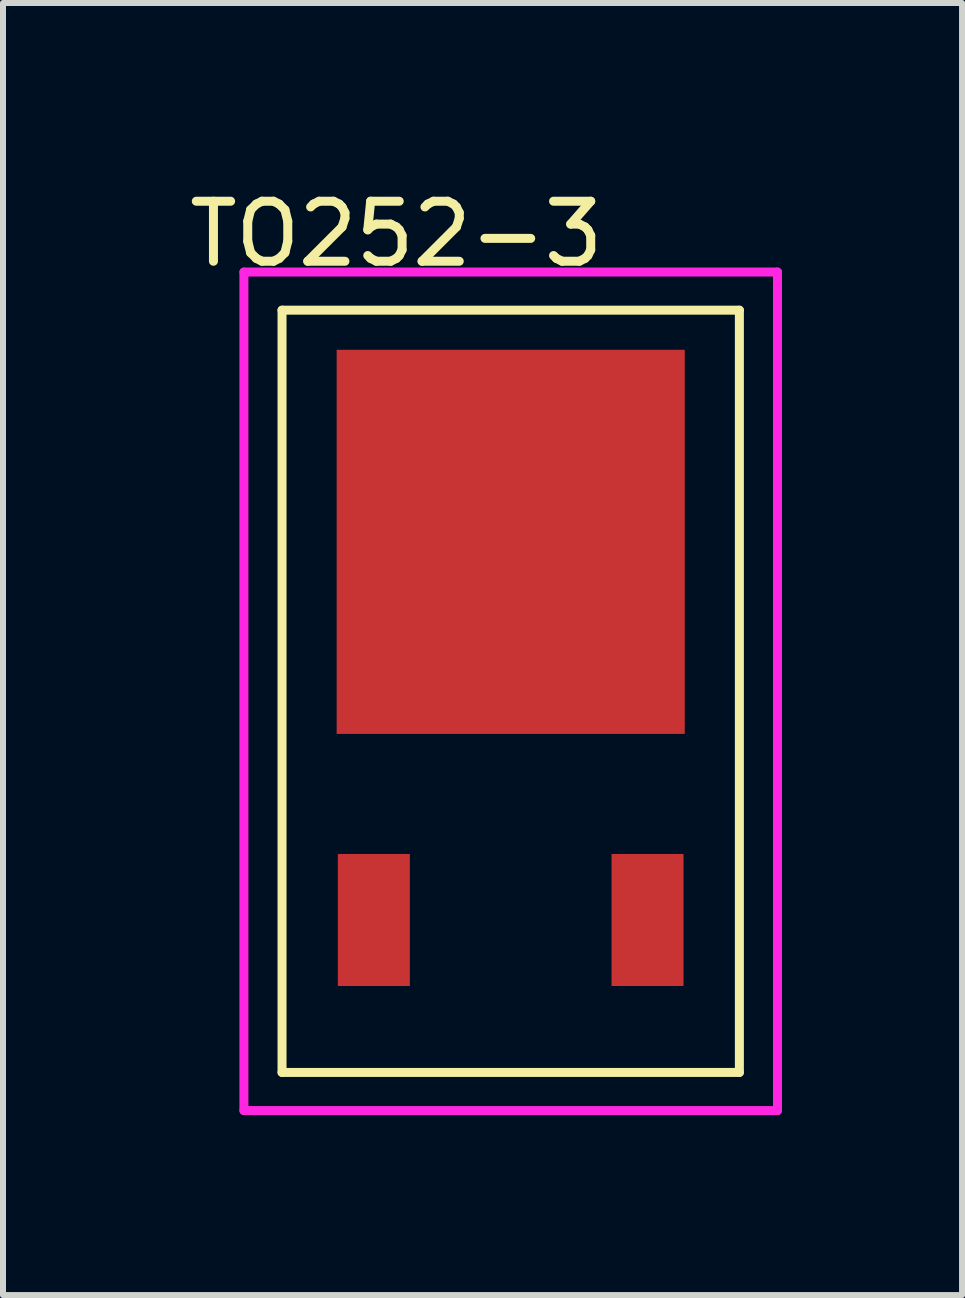
<source format=kicad_pcb>
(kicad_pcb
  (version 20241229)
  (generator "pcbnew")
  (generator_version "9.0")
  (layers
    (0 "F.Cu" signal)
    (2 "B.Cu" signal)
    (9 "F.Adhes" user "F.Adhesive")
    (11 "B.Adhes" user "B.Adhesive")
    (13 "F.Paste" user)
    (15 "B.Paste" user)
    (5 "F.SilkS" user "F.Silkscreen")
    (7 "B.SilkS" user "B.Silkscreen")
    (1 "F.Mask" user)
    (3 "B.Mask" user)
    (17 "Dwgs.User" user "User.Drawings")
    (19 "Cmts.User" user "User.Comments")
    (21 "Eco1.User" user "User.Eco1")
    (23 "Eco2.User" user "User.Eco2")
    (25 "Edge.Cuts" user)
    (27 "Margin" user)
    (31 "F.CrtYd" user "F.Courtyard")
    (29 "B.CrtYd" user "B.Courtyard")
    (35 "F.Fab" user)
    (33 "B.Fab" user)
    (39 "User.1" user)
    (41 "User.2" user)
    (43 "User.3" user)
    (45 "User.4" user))
  (footprint "TO252-3"
    (layer "F.Cu")
    (at 5.459 12.278)
    (property "Reference" "TO252-3" (at -1.905 -11.43 0) (layer "F.SilkS") (effects (font (size 1 1) (thickness 0.15))))
    (attr through_hole)
    (fp_line (start -3.81 -10.16) (end -3.81 2.54) (stroke (width 0.15) (type solid)) (layer "F.SilkS"))
    (fp_line (start -3.81 2.54) (end 3.81 2.54) (stroke (width 0.15) (type solid)) (layer "F.SilkS"))
    (fp_line (start 3.81 -10.16) (end -3.81 -10.16) (stroke (width 0.15) (type solid)) (layer "F.SilkS"))
    (fp_line (start 3.81 2.54) (end 3.81 -10.16) (stroke (width 0.15) (type solid)) (layer "F.SilkS"))
    (fp_line (start -4.445 -10.795) (end -4.445 3.175) (stroke (width 0.15) (type solid)) (layer "F.CrtYd"))
    (fp_line (start -4.445 3.175) (end 4.445 3.175) (stroke (width 0.15) (type solid)) (layer "F.CrtYd"))
    (fp_line (start 4.445 -10.795) (end -4.445 -10.795) (stroke (width 0.15) (type solid)) (layer "F.CrtYd"))
    (fp_line (start 4.445 3.175) (end 4.445 -10.795) (stroke (width 0.15) (type solid)) (layer "F.CrtYd"))
    (pad "" smd rect (at 0 -6.3) (size 5.8 6.4) (layers "F.Cu" "F.Mask" "F.Paste"))
    (pad "1" smd rect (at -2.28 0) (size 1.2 2.2) (layers "F.Cu" "F.Mask" "F.Paste"))
    (pad "2" smd rect (at 2.28 0) (size 1.2 2.2) (layers "F.Cu" "F.Mask" "F.Paste")))
  (gr_rect
    (start -3 -3)
    (end 12.979 18.528)
    (stroke (width 0.1) (type default))
    (fill no)
    (layer "Edge.Cuts")))
</source>
